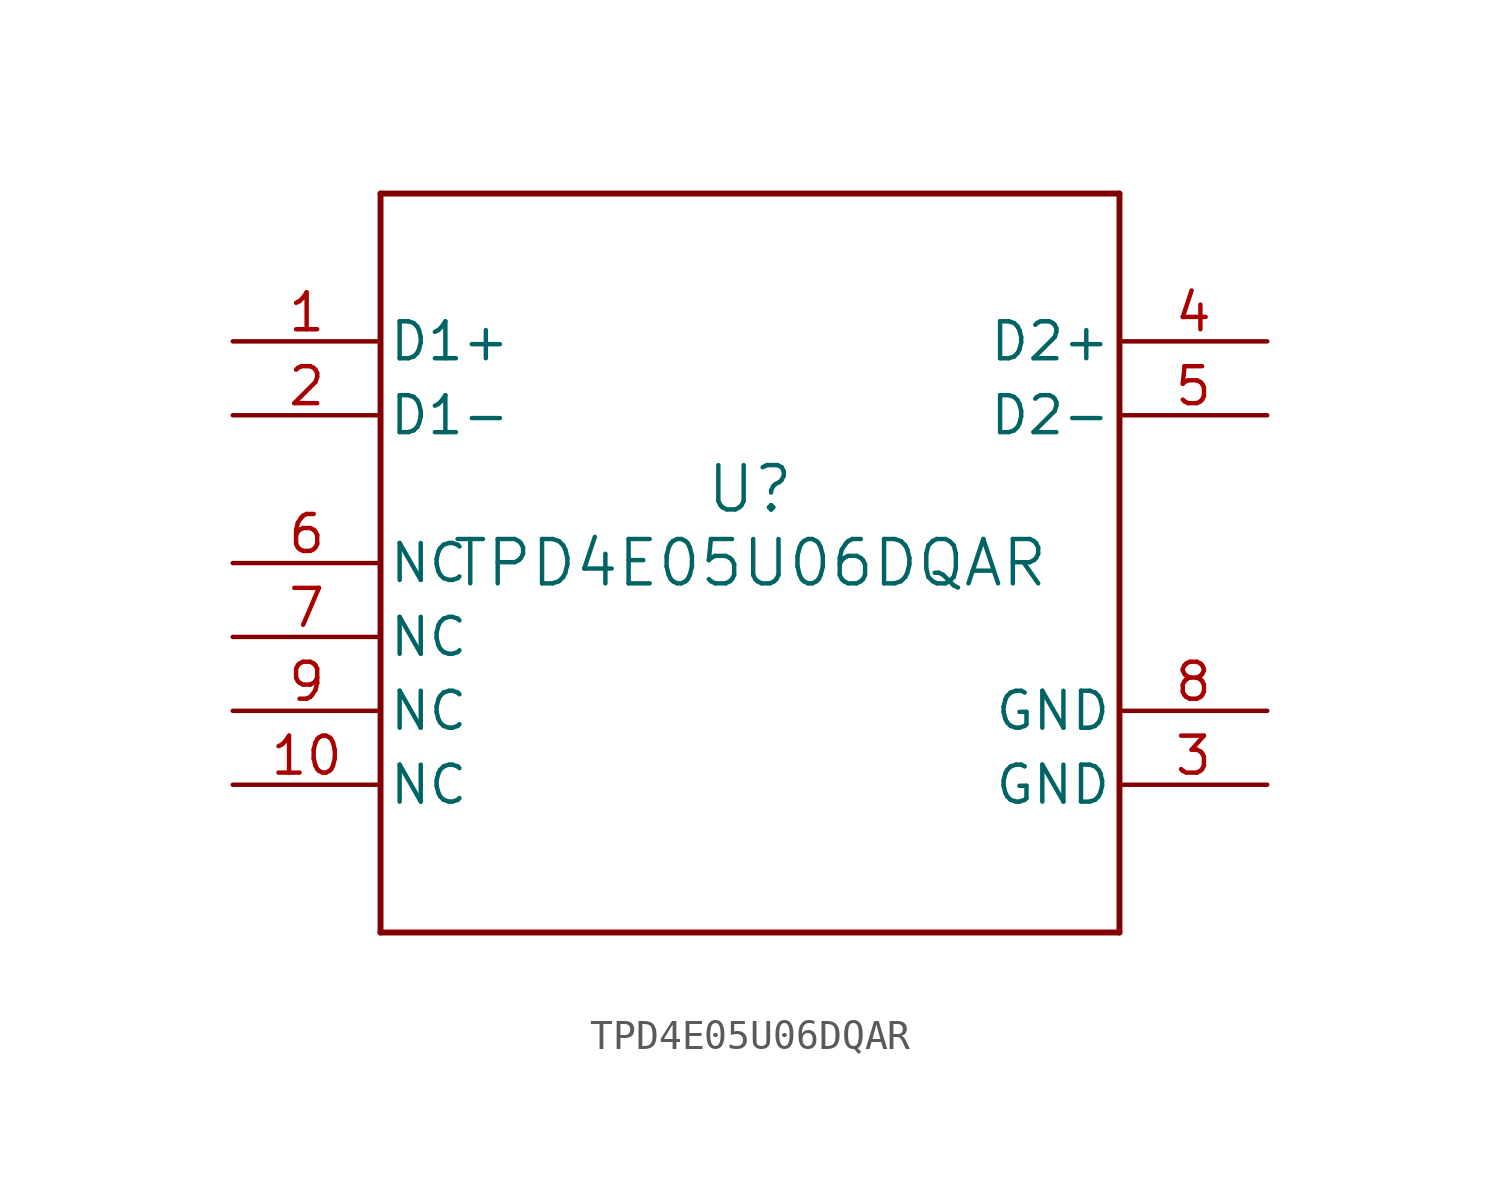
<source format=kicad_sym>
(kicad_symbol_lib
  (version 20211014)
  (generator kicad_symbol_editor)
  (symbol "TPD4E05U06DQAR"
    (pin_names
      (offset 0.254))
    (property "Reference" "U"
      (at 0 2.54 0)
      (effects (font (size 1.524 1.524))))
    (property "Value" "TPD4E05U06DQAR"
      (at 0 0 0)
      (effects (font (size 1.524 1.524))))
    (symbol "TPD4E05U06DQAR_0_1"
      (polyline (pts (xy -12.7 -12.7) (xy 12.7 -12.7)) (stroke (width 0.203) (type default) (color 0 0 0 0)) (fill (type none)))
      (polyline (pts (xy 12.7 -12.7) (xy 12.7 12.7)) (stroke (width 0.203) (type default) (color 0 0 0 0)) (fill (type none)))
      (polyline (pts (xy 12.7 12.7) (xy -12.7 12.7)) (stroke (width 0.203) (type default) (color 0 0 0 0)) (fill (type none)))
      (polyline (pts (xy -12.7 12.7) (xy -12.7 -12.7)) (stroke (width 0.203) (type default) (color 0 0 0 0)) (fill (type none)))
      (pin bidirectional line (at -17.78 7.62 0) (length 5.08) (name "D1+" (effects (font (size 1.27 1.27)))) (number "1" (effects (font (size 1.27 1.27)))))
      (pin bidirectional line (at -17.78 5.08 0) (length 5.08) (name "D1-" (effects (font (size 1.27 1.27)))) (number "2" (effects (font (size 1.27 1.27)))))
      (pin power_in line (at 17.78 -7.62 180) (length 5.08) (name "GND" (effects (font (size 1.27 1.27)))) (number "3" (effects (font (size 1.27 1.27)))))
      (pin bidirectional line (at 17.78 7.62 180) (length 5.08) (name "D2+" (effects (font (size 1.27 1.27)))) (number "4" (effects (font (size 1.27 1.27)))))
      (pin bidirectional line (at 17.78 5.08 180) (length 5.08) (name "D2-" (effects (font (size 1.27 1.27)))) (number "5" (effects (font (size 1.27 1.27)))))
      (pin unspecified line (at -17.78 0 0) (length 5.08) (name "NC" (effects (font (size 1.27 1.27)))) (number "6" (effects (font (size 1.27 1.27)))))
      (pin unspecified line (at -17.78 -2.54 0) (length 5.08) (name "NC" (effects (font (size 1.27 1.27)))) (number "7" (effects (font (size 1.27 1.27)))))
      (pin power_in line (at 17.78 -5.08 180) (length 5.08) (name "GND" (effects (font (size 1.27 1.27)))) (number "8" (effects (font (size 1.27 1.27)))))
      (pin unspecified line (at -17.78 -5.08 0) (length 5.08) (name "NC" (effects (font (size 1.27 1.27)))) (number "9" (effects (font (size 1.27 1.27)))))
      (pin unspecified line (at -17.78 -7.62 0) (length 5.08) (name "NC" (effects (font (size 1.27 1.27)))) (number "10" (effects (font (size 1.27 1.27))))))))
</source>
